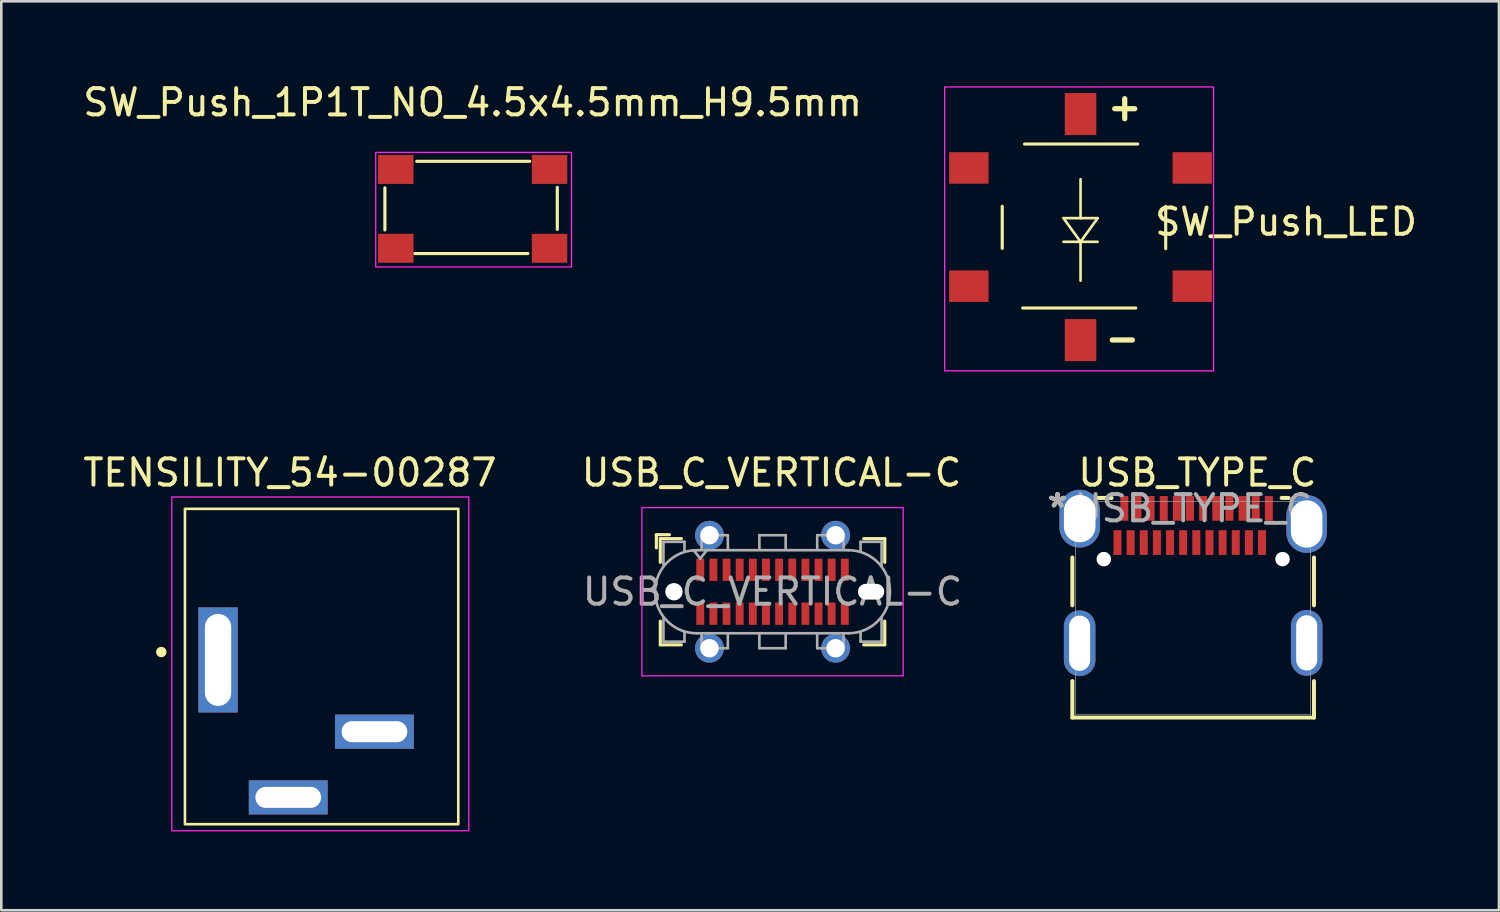
<source format=kicad_pcb>
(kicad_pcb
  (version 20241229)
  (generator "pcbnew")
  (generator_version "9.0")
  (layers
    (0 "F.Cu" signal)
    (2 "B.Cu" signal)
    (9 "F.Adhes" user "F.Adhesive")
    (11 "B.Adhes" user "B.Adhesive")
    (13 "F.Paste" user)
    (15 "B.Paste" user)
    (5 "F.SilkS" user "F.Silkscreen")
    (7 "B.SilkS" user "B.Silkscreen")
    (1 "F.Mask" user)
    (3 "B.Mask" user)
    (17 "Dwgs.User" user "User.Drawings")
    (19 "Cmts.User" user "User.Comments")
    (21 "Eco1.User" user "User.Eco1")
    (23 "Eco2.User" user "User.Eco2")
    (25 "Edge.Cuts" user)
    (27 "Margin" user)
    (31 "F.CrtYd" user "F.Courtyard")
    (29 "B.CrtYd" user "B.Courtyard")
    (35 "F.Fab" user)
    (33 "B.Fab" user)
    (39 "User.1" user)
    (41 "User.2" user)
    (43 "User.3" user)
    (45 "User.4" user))
  (footprint "USB_TYPE_C"
    (layer "F.Cu")
    (at 42.349 20.075)
    (property "Reference" "USB_TYPE_C" (at 0.16 -5.14 0) (unlocked yes) (layer "F.SilkS") (effects (font (size 1 1) (thickness 0.15))))
    (attr smd)
    (fp_line (start -4.597 -1.912) (end -4.597 -0.093) (stroke (width 0.152) (type solid)) (layer "F.SilkS"))
    (fp_line (start -4.597 2.79) (end -4.597 4.178) (stroke (width 0.152) (type solid)) (layer "F.SilkS"))
    (fp_line (start -4.597 4.178) (end 4.597 4.178) (stroke (width 0.152) (type solid)) (layer "F.SilkS"))
    (fp_line (start -3.105 -4.178) (end -3.63 -4.178) (stroke (width 0.152) (type solid)) (layer "F.SilkS"))
    (fp_line (start 3.63 -4.178) (end 3.365 -4.178) (stroke (width 0.152) (type solid)) (layer "F.SilkS"))
    (fp_line (start 4.597 -0.093) (end 4.597 -1.912) (stroke (width 0.152) (type solid)) (layer "F.SilkS"))
    (fp_line (start 4.597 4.178) (end 4.597 2.79) (stroke (width 0.152) (type solid)) (layer "F.SilkS"))
    (fp_line (start -4.47 -4.051) (end -4.47 4.051) (stroke (width 0.025) (type solid)) (layer "F.Fab"))
    (fp_line (start -4.47 4.051) (end 4.47 4.051) (stroke (width 0.025) (type solid)) (layer "F.Fab"))
    (fp_line (start 0 -4.051) (end 0 -4.051) (stroke (width 0.025) (type solid)) (layer "F.Fab"))
    (fp_line (start 0 -4.051) (end 0 -4.051) (stroke (width 0.025) (type solid)) (layer "F.Fab"))
    (fp_line (start 0 -4.051) (end 0 -4.051) (stroke (width 0.025) (type solid)) (layer "F.Fab"))
    (fp_line (start 0 -4.051) (end 0 -4.051) (stroke (width 0.025) (type solid)) (layer "F.Fab"))
    (fp_line (start 4.47 -4.051) (end -4.47 -4.051) (stroke (width 0.025) (type solid)) (layer "F.Fab"))
    (fp_line (start 4.47 4.051) (end 4.47 -4.051) (stroke (width 0.025) (type solid)) (layer "F.Fab"))
    (fp_text user "*" (at -5.16 -3.781 0) (unlocked yes) (layer "F.SilkS") (effects (font (size 1 1) (thickness 0.15))))
    (fp_text user "*" (at -5.16 -3.781 0) (layer "F.SilkS") (effects (font (size 1 1) (thickness 0.15))))
    (fp_text user "*" (at -5.16 -3.781 0) (layer "F.Fab") (effects (font (size 1 1) (thickness 0.15))))
    (fp_text user "${REFERENCE}" (at 0 -3.781 0) (unlocked yes) (layer "F.Fab") (effects (font (size 1 1) (thickness 0.15))))
    (fp_text user "*" (at -5.16 -3.781 0) (unlocked yes) (layer "F.Fab") (effects (font (size 1 1) (thickness 0.15))))
    (pad "" np_thru_hole circle (at -3.4 -1.851) (size 0.55 0.55) (drill 0.55) (layers "*.Cu" "*.Mask"))
    (pad "" np_thru_hole circle (at 3.4 -1.851) (size 0.55 0.55) (drill 0.55) (layers "*.Cu" "*.Mask"))
    (pad "A1" smd rect (at -2.62 -3.781) (size 0.305 0.94) (layers "F.Cu" "F.Mask" "F.Paste"))
    (pad "A2" smd rect (at -2.12 -3.781) (size 0.305 0.94) (layers "F.Cu" "F.Mask" "F.Paste"))
    (pad "A3" smd rect (at -1.62 -3.781) (size 0.305 0.94) (layers "F.Cu" "F.Mask" "F.Paste"))
    (pad "A4" smd rect (at -1.12 -3.781) (size 0.305 0.94) (layers "F.Cu" "F.Mask" "F.Paste"))
    (pad "A5" smd rect (at -0.62 -3.781) (size 0.305 0.94) (layers "F.Cu" "F.Mask" "F.Paste"))
    (pad "A6" smd rect (at -0.12 -3.781) (size 0.305 0.94) (layers "F.Cu" "F.Mask" "F.Paste"))
    (pad "A7" smd rect (at 0.38 -3.781) (size 0.305 0.94) (layers "F.Cu" "F.Mask" "F.Paste"))
    (pad "A8" smd rect (at 0.88 -3.781) (size 0.305 0.94) (layers "F.Cu" "F.Mask" "F.Paste"))
    (pad "A9" smd rect (at 1.38 -3.781) (size 0.305 0.94) (layers "F.Cu" "F.Mask" "F.Paste"))
    (pad "A10" smd rect (at 1.88 -3.781) (size 0.305 0.94) (layers "F.Cu" "F.Mask" "F.Paste"))
    (pad "A11" smd rect (at 2.38 -3.781) (size 0.305 0.94) (layers "F.Cu" "F.Mask" "F.Paste"))
    (pad "A12" smd rect (at 2.88 -3.781) (size 0.305 0.94) (layers "F.Cu" "F.Mask" "F.Paste"))
    (pad "B1" smd rect (at 2.62 -2.481) (size 0.305 0.94) (layers "F.Cu" "F.Mask" "F.Paste"))
    (pad "B2" smd rect (at 2.12 -2.481) (size 0.305 0.94) (layers "F.Cu" "F.Mask" "F.Paste"))
    (pad "B3" smd rect (at 1.62 -2.481) (size 0.305 0.94) (layers "F.Cu" "F.Mask" "F.Paste"))
    (pad "B4" smd rect (at 1.12 -2.481) (size 0.305 0.94) (layers "F.Cu" "F.Mask" "F.Paste"))
    (pad "B5" smd rect (at 0.62 -2.481) (size 0.305 0.94) (layers "F.Cu" "F.Mask" "F.Paste"))
    (pad "B6" smd rect (at 0.12 -2.481) (size 0.305 0.94) (layers "F.Cu" "F.Mask" "F.Paste"))
    (pad "B7" smd rect (at -0.38 -2.481) (size 0.305 0.94) (layers "F.Cu" "F.Mask" "F.Paste"))
    (pad "B8" smd rect (at -0.88 -2.481) (size 0.305 0.94) (layers "F.Cu" "F.Mask" "F.Paste"))
    (pad "B9" smd rect (at -1.38 -2.481) (size 0.305 0.94) (layers "F.Cu" "F.Mask" "F.Paste"))
    (pad "B10" smd rect (at -1.88 -2.481) (size 0.305 0.94) (layers "F.Cu" "F.Mask" "F.Paste"))
    (pad "B11" smd rect (at -2.38 -2.481) (size 0.305 0.94) (layers "F.Cu" "F.Mask" "F.Paste"))
    (pad "B12" smd rect (at -2.88 -2.481) (size 0.305 0.94) (layers "F.Cu" "F.Mask" "F.Paste"))
    (pad "S1" thru_hole oval (at -4.32 1.349) (size 1.2 2.5) (drill oval 0.8 2.1) (layers "*.Cu" "*.Mask"))
    (pad "S1" thru_hole oval (at -4.318 -3.391) (size 1.54 2.2) (drill oval 1.2 1.8) (layers "*.Cu" "*.Mask"))
    (pad "S1" thru_hole oval (at 4.318 -3.188) (size 1.54 2.2) (drill oval 1.2 1.8) (layers "*.Cu" "*.Mask"))
    (pad "S1" thru_hole oval (at 4.32 1.336) (size 1.2 2.5) (drill oval 0.8 2.1) (layers "*.Cu" "*.Mask")))
  (footprint "SW_Push_1P1T_NO_4.5x4.5mm_H9.5mm"
    (layer "F.Cu")
    (at 14.935 4.898)
    (property "Reference" "SW_Push_1P1T_NO_4.5x4.5mm_H9.5mm" (at 0 -4.05 0) (layer "F.SilkS") (effects (font (size 1 1) (thickness 0.15))))
    (attr smd)
    (fp_line (start -3.34 -0.8) (end -3.34 0.8) (stroke (width 0.12) (type solid)) (layer "F.SilkS"))
    (fp_line (start -2.2 1.7) (end 2.1 1.7) (stroke (width 0.12) (type solid)) (layer "F.SilkS"))
    (fp_line (start -2.13 -1.81) (end 2.17 -1.81) (stroke (width 0.12) (type solid)) (layer "F.SilkS"))
    (fp_line (start 3.22 -0.82) (end 3.22 0.78) (stroke (width 0.12) (type solid)) (layer "F.SilkS"))
    (fp_rect (start -3.69 -2.15) (end 3.76 2.21) (stroke (width 0.05) (type default)) (fill no) (layer "F.CrtYd"))
    (pad "1" smd rect (at -2.925 -1.5) (size 1.35 1.1) (layers "F.Cu" "F.Mask" "F.Paste"))
    (pad "1" smd rect (at 2.925 -1.5) (size 1.35 1.1) (layers "F.Cu" "F.Mask" "F.Paste"))
    (pad "2" smd rect (at -2.925 1.5) (size 1.35 1.1) (layers "F.Cu" "F.Mask" "F.Paste"))
    (pad "2" smd rect (at 2.925 1.5) (size 1.35 1.1) (layers "F.Cu" "F.Mask" "F.Paste")))
  (footprint "USB_C_VERTICAL-C"
    (layer "F.Cu")
    (at 26.344 19.465)
    (property "Reference" "USB_C_VERTICAL-C" (at -0.04 -4.53 0) (layer "F.SilkS") (effects (font (size 1 1) (thickness 0.15))))
    (attr smd)
    (fp_line (start -4.42 -2.17) (end -4.42 -1.67) (stroke (width 0.12) (type solid)) (layer "F.SilkS"))
    (fp_line (start -4.42 -2.17) (end -3.92 -2.17) (stroke (width 0.12) (type solid)) (layer "F.SilkS"))
    (fp_line (start -4.27 -2.02) (end -4.27 -1.12) (stroke (width 0.12) (type solid)) (layer "F.SilkS"))
    (fp_line (start -4.27 -2.02) (end -3.47 -2.02) (stroke (width 0.12) (type solid)) (layer "F.SilkS"))
    (fp_line (start -4.27 2.02) (end -4.27 1.12) (stroke (width 0.12) (type solid)) (layer "F.SilkS"))
    (fp_line (start -4.27 2.02) (end -3.47 2.02) (stroke (width 0.12) (type solid)) (layer "F.SilkS"))
    (fp_line (start 4.27 -2.02) (end 3.47 -2.02) (stroke (width 0.12) (type solid)) (layer "F.SilkS"))
    (fp_line (start 4.27 -2.02) (end 4.27 -1.12) (stroke (width 0.12) (type solid)) (layer "F.SilkS"))
    (fp_line (start 4.27 2.02) (end 3.47 2.02) (stroke (width 0.12) (type solid)) (layer "F.SilkS"))
    (fp_line (start 4.27 2.02) (end 4.27 1.12) (stroke (width 0.12) (type solid)) (layer "F.SilkS"))
    (fp_line (start -4.97 -3.2) (end -4.97 3.2) (stroke (width 0.05) (type solid)) (layer "F.CrtYd"))
    (fp_line (start -4.97 3.2) (end 4.97 3.2) (stroke (width 0.05) (type solid)) (layer "F.CrtYd"))
    (fp_line (start 4.97 -3.2) (end -4.97 -3.2) (stroke (width 0.05) (type solid)) (layer "F.CrtYd"))
    (fp_line (start 4.97 3.2) (end 4.97 -3.2) (stroke (width 0.05) (type solid)) (layer "F.CrtYd"))
    (fp_line (start -4.15 -1.9) (end -4.15 -1) (stroke (width 0.1) (type solid)) (layer "F.Fab"))
    (fp_line (start -4.15 -1.9) (end -3.35 -1.9) (stroke (width 0.1) (type solid)) (layer "F.Fab"))
    (fp_line (start -4.15 1.9) (end -4.15 1) (stroke (width 0.1) (type solid)) (layer "F.Fab"))
    (fp_line (start -4.15 1.9) (end -3.35 1.9) (stroke (width 0.1) (type solid)) (layer "F.Fab"))
    (fp_line (start -3.35 -1.9) (end -3.35 -1.55) (stroke (width 0.1) (type solid)) (layer "F.Fab"))
    (fp_line (start -3.35 1.9) (end -3.35 1.55) (stroke (width 0.1) (type solid)) (layer "F.Fab"))
    (fp_line (start -2.89 1.58) (end 2.89 1.58) (stroke (width 0.1) (type solid)) (layer "F.Fab"))
    (fp_line (start -2.75 -1.26) (end -3 -1.58) (stroke (width 0.1) (type solid)) (layer "F.Fab"))
    (fp_line (start -2.7 -2.15) (end -1.7 -2.15) (stroke (width 0.1) (type solid)) (layer "F.Fab"))
    (fp_line (start -2.7 -1.6) (end -2.7 -2.15) (stroke (width 0.1) (type solid)) (layer "F.Fab"))
    (fp_line (start -2.7 1.6) (end -2.7 2.15) (stroke (width 0.1) (type solid)) (layer "F.Fab"))
    (fp_line (start -2.7 2.15) (end -1.7 2.15) (stroke (width 0.1) (type solid)) (layer "F.Fab"))
    (fp_line (start -2.5 -1.58) (end -2.75 -1.26) (stroke (width 0.1) (type solid)) (layer "F.Fab"))
    (fp_line (start -1.7 -2.15) (end -1.7 -1.6) (stroke (width 0.1) (type solid)) (layer "F.Fab"))
    (fp_line (start -1.7 2.15) (end -1.7 1.6) (stroke (width 0.1) (type solid)) (layer "F.Fab"))
    (fp_line (start -0.5 -2.15) (end 0.5 -2.15) (stroke (width 0.1) (type solid)) (layer "F.Fab"))
    (fp_line (start -0.5 -1.6) (end -0.5 -2.15) (stroke (width 0.1) (type solid)) (layer "F.Fab"))
    (fp_line (start -0.5 2.15) (end -0.5 1.6) (stroke (width 0.1) (type solid)) (layer "F.Fab"))
    (fp_line (start 0.5 -2.15) (end 0.5 -1.6) (stroke (width 0.1) (type solid)) (layer "F.Fab"))
    (fp_line (start 0.5 1.6) (end 0.5 2.15) (stroke (width 0.1) (type solid)) (layer "F.Fab"))
    (fp_line (start 0.5 2.15) (end -0.5 2.15) (stroke (width 0.1) (type solid)) (layer "F.Fab"))
    (fp_line (start 1.7 -2.15) (end 1.7 -1.6) (stroke (width 0.1) (type solid)) (layer "F.Fab"))
    (fp_line (start 1.7 2.15) (end 1.7 1.6) (stroke (width 0.1) (type solid)) (layer "F.Fab"))
    (fp_line (start 2.7 -2.15) (end 1.7 -2.15) (stroke (width 0.1) (type solid)) (layer "F.Fab"))
    (fp_line (start 2.7 -1.6) (end 2.7 -2.15) (stroke (width 0.1) (type solid)) (layer "F.Fab"))
    (fp_line (start 2.7 1.6) (end 2.7 2.15) (stroke (width 0.1) (type solid)) (layer "F.Fab"))
    (fp_line (start 2.7 2.15) (end 1.7 2.15) (stroke (width 0.1) (type solid)) (layer "F.Fab"))
    (fp_line (start 2.89 -1.58) (end -2.89 -1.58) (stroke (width 0.1) (type solid)) (layer "F.Fab"))
    (fp_line (start 3.35 -1.9) (end 3.35 -1.55) (stroke (width 0.1) (type solid)) (layer "F.Fab"))
    (fp_line (start 3.35 1.9) (end 3.35 1.55) (stroke (width 0.1) (type solid)) (layer "F.Fab"))
    (fp_line (start 4.15 -1.9) (end 3.35 -1.9) (stroke (width 0.1) (type solid)) (layer "F.Fab"))
    (fp_line (start 4.15 -1.9) (end 4.15 -1) (stroke (width 0.1) (type solid)) (layer "F.Fab"))
    (fp_line (start 4.15 1.9) (end 3.35 1.9) (stroke (width 0.1) (type solid)) (layer "F.Fab"))
    (fp_line (start 4.15 1.9) (end 4.15 1) (stroke (width 0.1) (type solid)) (layer "F.Fab"))
    (fp_arc (start -2.89 1.58) (mid -4.47 0) (end -2.89 -1.58) (stroke (width 0.1) (type solid)) (layer "F.Fab"))
    (fp_arc (start 2.89 -1.58) (mid 4.47 0) (end 2.89 1.58) (stroke (width 0.1) (type solid)) (layer "F.Fab"))
    (fp_text user "${REFERENCE}" (at 0 0 0) (unlocked yes) (layer "F.Fab") (effects (font (size 1 1) (thickness 0.15))))
    (pad "" np_thru_hole circle (at -3.75 0) (size 0.66 0.66) (drill 0.66) (layers "*.Cu" "*.Mask"))
    (pad "" np_thru_hole oval (at 3.75 0) (size 1 0.6) (drill oval 1 0.6) (layers "*.Cu" "*.Mask"))
    (pad "A1" smd rect (at -2.75 -0.835) (size 0.3 0.85) (layers "F.Cu" "F.Mask" "F.Paste"))
    (pad "A2" smd rect (at -2.25 -0.835) (size 0.3 0.85) (layers "F.Cu" "F.Mask" "F.Paste"))
    (pad "A3" smd rect (at -1.75 -0.835) (size 0.3 0.85) (layers "F.Cu" "F.Mask" "F.Paste"))
    (pad "A4" smd rect (at -1.25 -0.835) (size 0.3 0.85) (layers "F.Cu" "F.Mask" "F.Paste"))
    (pad "A5" smd rect (at -0.75 -0.835) (size 0.3 0.85) (layers "F.Cu" "F.Mask" "F.Paste"))
    (pad "A6" smd rect (at -0.25 -0.835) (size 0.3 0.85) (layers "F.Cu" "F.Mask" "F.Paste"))
    (pad "A7" smd rect (at 0.25 -0.835) (size 0.3 0.85) (layers "F.Cu" "F.Mask" "F.Paste"))
    (pad "A8" smd rect (at 0.75 -0.835) (size 0.3 0.85) (layers "F.Cu" "F.Mask" "F.Paste"))
    (pad "A9" smd rect (at 1.25 -0.835) (size 0.3 0.85) (layers "F.Cu" "F.Mask" "F.Paste"))
    (pad "A10" smd rect (at 1.75 -0.835) (size 0.3 0.85) (layers "F.Cu" "F.Mask" "F.Paste"))
    (pad "A11" smd rect (at 2.25 -0.835) (size 0.3 0.85) (layers "F.Cu" "F.Mask" "F.Paste"))
    (pad "A12" smd rect (at 2.75 -0.835) (size 0.3 0.85) (layers "F.Cu" "F.Mask" "F.Paste"))
    (pad "B1" smd rect (at 2.75 0.835) (size 0.3 0.85) (layers "F.Cu" "F.Mask" "F.Paste"))
    (pad "B2" smd rect (at 2.25 0.835) (size 0.3 0.85) (layers "F.Cu" "F.Mask" "F.Paste"))
    (pad "B3" smd rect (at 1.75 0.835) (size 0.3 0.85) (layers "F.Cu" "F.Mask" "F.Paste"))
    (pad "B4" smd rect (at 1.25 0.835) (size 0.3 0.85) (layers "F.Cu" "F.Mask" "F.Paste"))
    (pad "B5" smd rect (at 0.75 0.835) (size 0.3 0.85) (layers "F.Cu" "F.Mask" "F.Paste"))
    (pad "B6" smd rect (at 0.25 0.835) (size 0.3 0.85) (layers "F.Cu" "F.Mask" "F.Paste"))
    (pad "B7" smd rect (at -0.25 0.835) (size 0.3 0.85) (layers "F.Cu" "F.Mask" "F.Paste"))
    (pad "B8" smd rect (at -0.75 0.835) (size 0.3 0.85) (layers "F.Cu" "F.Mask" "F.Paste"))
    (pad "B9" smd rect (at -1.25 0.835) (size 0.3 0.85) (layers "F.Cu" "F.Mask" "F.Paste"))
    (pad "B10" smd rect (at -1.75 0.835) (size 0.3 0.85) (layers "F.Cu" "F.Mask" "F.Paste"))
    (pad "B11" smd rect (at -2.25 0.835) (size 0.3 0.85) (layers "F.Cu" "F.Mask" "F.Paste"))
    (pad "B12" smd rect (at -2.75 0.835) (size 0.3 0.85) (layers "F.Cu" "F.Mask" "F.Paste"))
    (pad "S1" thru_hole circle (at -2.4 -2.15) (size 1.1 1.1) (drill 0.7) (layers "*.Cu" "*.Mask" "F.Paste"))
    (pad "S1" thru_hole circle (at -2.4 2.15) (size 1.1 1.1) (drill 0.7) (layers "*.Cu" "*.Mask" "F.Paste"))
    (pad "S1" thru_hole circle (at 2.4 -2.15) (size 1.1 1.1) (drill 0.7) (layers "*.Cu" "*.Mask" "F.Paste"))
    (pad "S1" thru_hole circle (at 2.4 2.15) (size 1.1 1.1) (drill 0.7) (layers "*.Cu" "*.Mask" "F.Paste"))
    (zone (net_name "") (layer "F.Cu") (name "peg") (hatch full 0.508) (connect_pads) (min_thickness 0.254) (filled_areas_thickness no) (keepout (tracks allowed) (vias allowed) (pads not_allowed) (copperpour not_allowed) (footprints not_allowed)) (placement (enabled no)) (fill) (polygon (pts (xy 27.144 17.665) (xy 25.544 17.665) (xy 25.544 16.965) (xy 27.144 16.965))))
    (zone (net_name "") (layer "F.Cu") (name "peg") (hatch full 0.508) (connect_pads) (min_thickness 0.254) (filled_areas_thickness no) (keepout (tracks allowed) (vias allowed) (pads not_allowed) (copperpour not_allowed) (footprints not_allowed)) (placement (enabled no)) (fill) (polygon (pts (xy 27.144 21.965) (xy 25.544 21.965) (xy 25.544 21.265) (xy 27.144 21.265)))))
  (footprint "TENSILITY_54-00287"
    (layer "F.Cu")
    (at 9.487 22.06)
    (property "Reference" "TENSILITY_54-00287" (at -1.505 -7.125 0) (layer "F.SilkS") (effects (font (size 1 1) (thickness 0.15))))
    (attr through_hole)
    (fp_rect (start -5.5 -5.75) (end 4.9 6.25) (stroke (width 0.1) (type default)) (fill no) (layer "F.SilkS"))
    (fp_circle (center -6.4 -0.3) (end -6.3 -0.3) (stroke (width 0.2) (type solid)) (fill no) (layer "F.SilkS"))
    (fp_rect (start -6 -6.2) (end 5.3 6.5) (stroke (width 0.05) (type default)) (fill no) (layer "F.CrtYd"))
    (pad "1" thru_hole rect (at -4.24 0) (size 1.5 4) (drill oval 1 3.5) (layers "*.Cu" "*.Mask"))
    (pad "2" thru_hole rect (at -1.57 5.23) (size 3 1.3) (drill oval 2.5 0.8) (layers "*.Cu" "*.Mask"))
    (pad "3" thru_hole rect (at 1.71 2.73) (size 3 1.3) (drill oval 2.5 0.8) (layers "*.Cu" "*.Mask")))
  (footprint "SW_Push_LED"
    (layer "F.Cu")
    (at 38.064 5.59)
    (property "Reference" "SW_Push_LED" (at 7.82 -0.2 0) (layer "F.SilkS") (effects (font (size 1 1) (thickness 0.15))))
    (attr smd)
    (fp_line (start -2.98 -0.79) (end -2.98 0.81) (stroke (width 0.12) (type solid)) (layer "F.SilkS"))
    (fp_line (start -2.2 3.08) (end 2.1 3.08) (stroke (width 0.12) (type solid)) (layer "F.SilkS"))
    (fp_line (start -2.13 -3.16) (end 2.17 -3.16) (stroke (width 0.12) (type solid)) (layer "F.SilkS"))
    (fp_line (start -0.65 -0.34) (end 0 0.56) (stroke (width 0.1) (type default)) (layer "F.SilkS"))
    (fp_line (start 0 -1.82) (end 0 -0.34) (stroke (width 0.1) (type default)) (layer "F.SilkS"))
    (fp_line (start 0 -0.34) (end -0.65 -0.34) (stroke (width 0.1) (type default)) (layer "F.SilkS"))
    (fp_line (start 0 0.56) (end -0.65 0.56) (stroke (width 0.1) (type default)) (layer "F.SilkS"))
    (fp_line (start 0 0.56) (end 0 2.04) (stroke (width 0.1) (type default)) (layer "F.SilkS"))
    (fp_line (start 0 0.56) (end 0.65 -0.34) (stroke (width 0.1) (type default)) (layer "F.SilkS"))
    (fp_line (start 0.65 -0.34) (end 0 -0.34) (stroke (width 0.1) (type default)) (layer "F.SilkS"))
    (fp_line (start 0.65 0.56) (end 0 0.56) (stroke (width 0.1) (type default)) (layer "F.SilkS"))
    (fp_line (start 3.24 -0.78) (end 3.24 0.82) (stroke (width 0.12) (type solid)) (layer "F.SilkS"))
    (fp_rect (start -5.17 -5.332) (end 5.06 5.472) (stroke (width 0.05) (type default)) (fill no) (layer "F.CrtYd"))
    (fp_text user "+" (at 0.93 -3.99 0) (unlocked yes) (layer "F.SilkS") (effects (font (size 1 1) (thickness 0.2) (bold yes)) (justify left bottom)))
    (fp_text user "-" (at 0.84 4.81 0) (unlocked yes) (layer "F.SilkS") (effects (font (size 1 1) (thickness 0.2) (bold yes)) (justify left bottom)))
    (pad "1" smd rect (at -4.25 -2.25) (size 1.5 1.2) (layers "F.Cu" "F.Mask" "F.Paste"))
    (pad "1" smd rect (at 4.25 -2.25) (size 1.5 1.2) (layers "F.Cu" "F.Mask" "F.Paste"))
    (pad "2" smd rect (at -4.25 2.25) (size 1.5 1.2) (layers "F.Cu" "F.Mask" "F.Paste"))
    (pad "2" smd rect (at 4.25 2.25) (size 1.5 1.2) (layers "F.Cu" "F.Mask" "F.Paste"))
    (pad "5" smd rect (at 0 4.3) (size 1.2 1.6) (layers "F.Cu" "F.Mask" "F.Paste"))
    (pad "6" smd rect (at 0 -4.3) (size 1.2 1.6) (layers "F.Cu" "F.Mask" "F.Paste")))
  (gr_rect
    (start -3 -3)
    (end 53.985 31.585)
    (stroke (width 0.1) (type default))
    (fill no)
    (layer "Edge.Cuts")))
</source>
